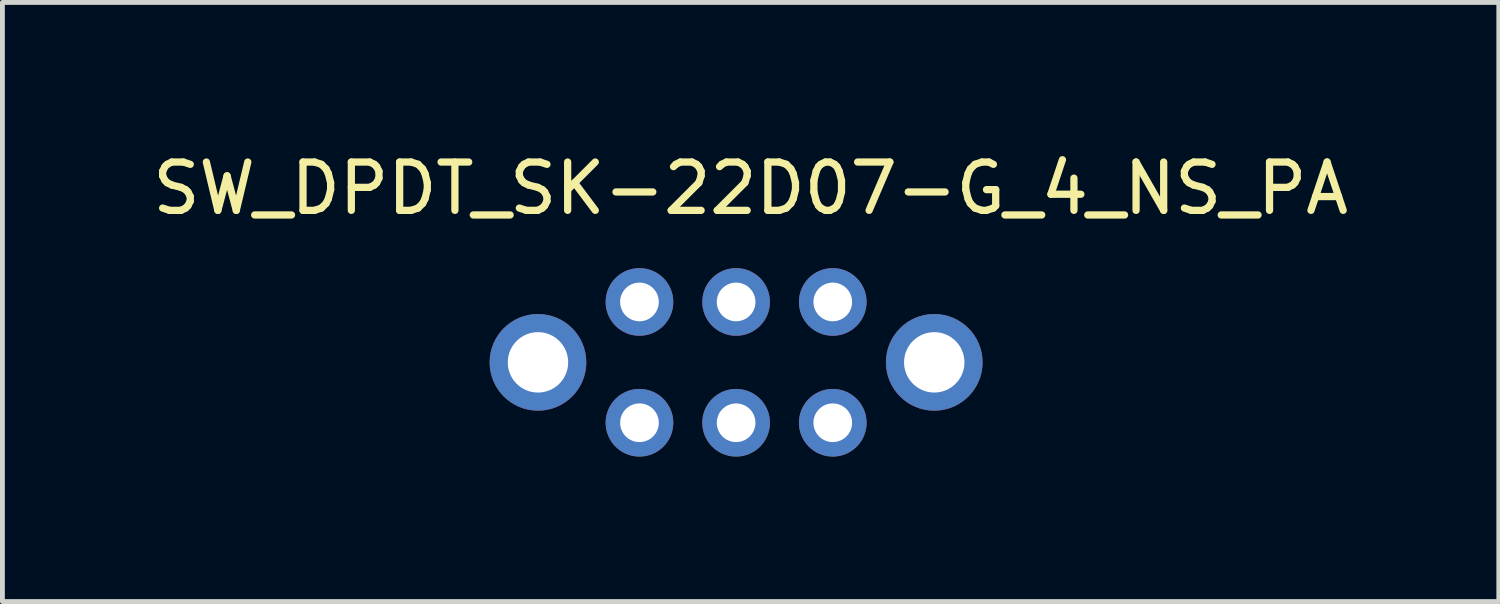
<source format=kicad_pcb>
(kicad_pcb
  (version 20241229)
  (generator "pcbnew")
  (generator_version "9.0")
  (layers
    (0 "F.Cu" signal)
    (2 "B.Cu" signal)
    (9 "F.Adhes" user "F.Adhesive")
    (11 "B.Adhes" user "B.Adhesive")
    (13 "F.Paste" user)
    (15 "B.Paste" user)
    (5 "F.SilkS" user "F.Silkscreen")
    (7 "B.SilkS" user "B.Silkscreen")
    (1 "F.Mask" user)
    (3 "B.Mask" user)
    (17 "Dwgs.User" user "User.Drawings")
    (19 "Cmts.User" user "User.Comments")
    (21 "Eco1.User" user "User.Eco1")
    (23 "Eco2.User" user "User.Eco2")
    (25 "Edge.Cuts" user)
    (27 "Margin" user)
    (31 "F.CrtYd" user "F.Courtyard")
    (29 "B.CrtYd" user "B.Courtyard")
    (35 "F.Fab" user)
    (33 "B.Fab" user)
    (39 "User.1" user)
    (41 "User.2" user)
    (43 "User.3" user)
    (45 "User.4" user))
  (footprint "SW_DPDT_SK-22D07-G_4_NS_PA"
    (layer "F.Cu")
    (at 8.082 4.448)
    (property "Reference" "SW_DPDT_SK-22D07-G_4_NS_PA" (at 4.4 -3.6 0) (layer "F.SilkS") (effects (font (size 1 1) (thickness 0.15))))
    (attr through_hole)
    (pad "1" thru_hole circle (at 2.1 -1.25) (size 1.4 1.4) (drill 0.8) (layers "*.Cu" "*.Mask"))
    (pad "2" thru_hole circle (at 4.1 -1.25) (size 1.4 1.4) (drill 0.8) (layers "*.Cu" "*.Mask"))
    (pad "3" thru_hole circle (at 6.1 -1.25) (size 1.4 1.4) (drill 0.8) (layers "*.Cu" "*.Mask"))
    (pad "4" thru_hole circle (at 2.1 1.25) (size 1.4 1.4) (drill 0.8) (layers "*.Cu" "*.Mask"))
    (pad "5" thru_hole circle (at 4.1 1.25) (size 1.4 1.4) (drill 0.8) (layers "*.Cu" "*.Mask"))
    (pad "6" thru_hole circle (at 6.1 1.25) (size 1.4 1.4) (drill 0.8) (layers "*.Cu" "*.Mask"))
    (pad "7" thru_hole circle (at 8.2 0) (size 2 2) (drill 1.25) (layers "*.Cu" "*.Mask"))
    (pad "8" thru_hole circle (at 0 0) (size 2 2) (drill 1.25) (layers "*.Cu" "*.Mask")))
  (gr_rect
    (start -3 -3)
    (end 27.964 9.398)
    (stroke (width 0.1) (type default))
    (fill no)
    (layer "Edge.Cuts")))
</source>
